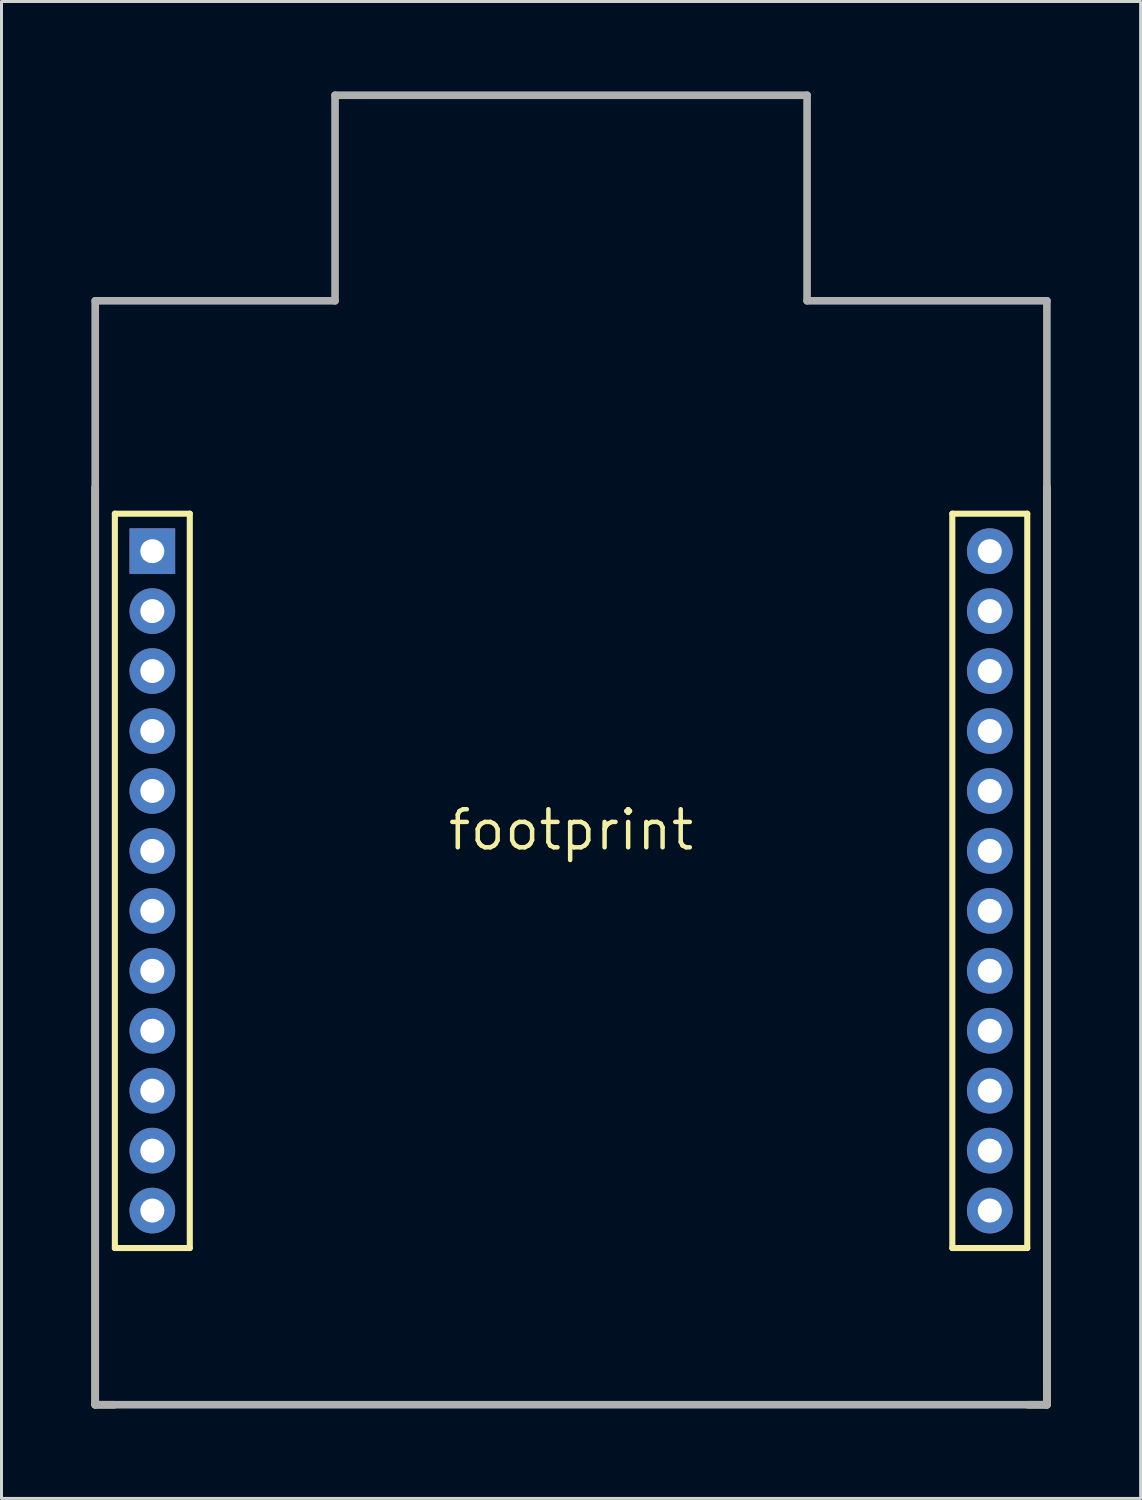
<source format=kicad_pcb>
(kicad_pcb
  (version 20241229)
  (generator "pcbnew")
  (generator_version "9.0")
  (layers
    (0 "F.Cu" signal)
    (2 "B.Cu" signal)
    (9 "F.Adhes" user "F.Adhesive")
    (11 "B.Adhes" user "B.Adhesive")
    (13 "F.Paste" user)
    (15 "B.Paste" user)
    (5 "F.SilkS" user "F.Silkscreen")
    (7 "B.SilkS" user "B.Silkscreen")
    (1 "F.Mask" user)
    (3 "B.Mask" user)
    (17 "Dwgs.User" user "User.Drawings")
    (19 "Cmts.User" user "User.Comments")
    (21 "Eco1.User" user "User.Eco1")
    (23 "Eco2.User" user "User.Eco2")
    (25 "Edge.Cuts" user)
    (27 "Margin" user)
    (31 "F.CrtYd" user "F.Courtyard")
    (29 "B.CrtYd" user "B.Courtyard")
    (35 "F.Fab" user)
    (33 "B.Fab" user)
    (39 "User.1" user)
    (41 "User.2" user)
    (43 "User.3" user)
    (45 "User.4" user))
  (footprint "footprint"
    (layer "F.Cu")
    (at 16.002 24.638)
    (property "Reference" "footprint" (at 0 0 0) (layer "F.SilkS") (effects (font (size 1.27 1.27) (thickness 0.15))))
    (fp_line (start -15.875 19.177) (end -15.875 -11.43) (stroke (width 0.254) (type solid)) (layer "F.SilkS"))
    (fp_line (start -15.875 19.177) (end -15.24 19.177) (stroke (width 0.254) (type solid)) (layer "F.SilkS"))
    (fp_line (start -15.22 -10.55) (end -12.72 -10.55) (stroke (width 0.203) (type solid)) (layer "F.SilkS"))
    (fp_line (start -15.22 13.95) (end -15.22 -10.55) (stroke (width 0.203) (type solid)) (layer "F.SilkS"))
    (fp_line (start -15.22 13.95) (end -12.72 13.95) (stroke (width 0.203) (type solid)) (layer "F.SilkS"))
    (fp_line (start -12.72 -10.55) (end -12.72 13.95) (stroke (width 0.203) (type solid)) (layer "F.SilkS"))
    (fp_line (start 12.72 -10.55) (end 15.22 -10.55) (stroke (width 0.203) (type solid)) (layer "F.SilkS"))
    (fp_line (start 12.72 13.95) (end 12.72 -10.55) (stroke (width 0.203) (type solid)) (layer "F.SilkS"))
    (fp_line (start 12.72 13.95) (end 15.22 13.95) (stroke (width 0.203) (type solid)) (layer "F.SilkS"))
    (fp_line (start 15.22 -10.55) (end 15.22 13.95) (stroke (width 0.203) (type solid)) (layer "F.SilkS"))
    (fp_line (start 15.875 19.177) (end 15.24 19.177) (stroke (width 0.254) (type solid)) (layer "F.SilkS"))
    (fp_line (start 15.875 19.177) (end 15.875 -11.43) (stroke (width 0.254) (type solid)) (layer "F.SilkS"))
    (fp_line (start -15.875 -17.653) (end -7.874 -17.653) (stroke (width 0.254) (type solid)) (layer "F.Fab"))
    (fp_line (start -15.875 19.177) (end -15.875 -17.653) (stroke (width 0.254) (type solid)) (layer "F.Fab"))
    (fp_line (start -15.875 19.177) (end 15.875 19.177) (stroke (width 0.254) (type solid)) (layer "F.Fab"))
    (fp_line (start -7.874 -24.511) (end 7.874 -24.511) (stroke (width 0.254) (type solid)) (layer "F.Fab"))
    (fp_line (start -7.874 -17.653) (end -7.874 -24.511) (stroke (width 0.254) (type solid)) (layer "F.Fab"))
    (fp_line (start 7.874 -17.653) (end 7.874 -24.511) (stroke (width 0.254) (type solid)) (layer "F.Fab"))
    (fp_line (start 7.874 -17.653) (end 15.875 -17.653) (stroke (width 0.254) (type solid)) (layer "F.Fab"))
    (fp_line (start 15.875 19.177) (end 15.875 -17.653) (stroke (width 0.254) (type solid)) (layer "F.Fab"))
    (fp_poly (pts (xy -13.716 -9.046) (xy -13.716 -9.554) (xy -14.224 -9.554) (xy -14.224 -9.046)) (stroke (width 0.1) (type solid)) (fill no) (layer "F.Fab"))
    (fp_poly (pts (xy -13.716 -7.046) (xy -13.716 -7.554) (xy -14.224 -7.554) (xy -14.224 -7.046)) (stroke (width 0.1) (type solid)) (fill no) (layer "F.Fab"))
    (fp_poly (pts (xy -13.716 -5.046) (xy -13.716 -5.554) (xy -14.224 -5.554) (xy -14.224 -5.046)) (stroke (width 0.1) (type solid)) (fill no) (layer "F.Fab"))
    (fp_poly (pts (xy -13.716 -3.046) (xy -13.716 -3.554) (xy -14.224 -3.554) (xy -14.224 -3.046)) (stroke (width 0.1) (type solid)) (fill no) (layer "F.Fab"))
    (fp_poly (pts (xy -13.716 -1.046) (xy -13.716 -1.554) (xy -14.224 -1.554) (xy -14.224 -1.046)) (stroke (width 0.1) (type solid)) (fill no) (layer "F.Fab"))
    (fp_poly (pts (xy -13.716 0.954) (xy -13.716 0.446) (xy -14.224 0.446) (xy -14.224 0.954)) (stroke (width 0.1) (type solid)) (fill no) (layer "F.Fab"))
    (fp_poly (pts (xy -13.716 2.954) (xy -13.716 2.446) (xy -14.224 2.446) (xy -14.224 2.954)) (stroke (width 0.1) (type solid)) (fill no) (layer "F.Fab"))
    (fp_poly (pts (xy -13.716 4.954) (xy -13.716 4.446) (xy -14.224 4.446) (xy -14.224 4.954)) (stroke (width 0.1) (type solid)) (fill no) (layer "F.Fab"))
    (fp_poly (pts (xy -13.716 6.954) (xy -13.716 6.446) (xy -14.224 6.446) (xy -14.224 6.954)) (stroke (width 0.1) (type solid)) (fill no) (layer "F.Fab"))
    (fp_poly (pts (xy -13.716 8.954) (xy -13.716 8.446) (xy -14.224 8.446) (xy -14.224 8.954)) (stroke (width 0.1) (type solid)) (fill no) (layer "F.Fab"))
    (fp_poly (pts (xy -13.716 10.954) (xy -13.716 10.446) (xy -14.224 10.446) (xy -14.224 10.954)) (stroke (width 0.1) (type solid)) (fill no) (layer "F.Fab"))
    (fp_poly (pts (xy -13.716 12.954) (xy -13.716 12.446) (xy -14.224 12.446) (xy -14.224 12.954)) (stroke (width 0.1) (type solid)) (fill no) (layer "F.Fab"))
    (fp_poly (pts (xy 14.224 -9.046) (xy 14.224 -9.554) (xy 13.716 -9.554) (xy 13.716 -9.046)) (stroke (width 0.1) (type solid)) (fill no) (layer "F.Fab"))
    (fp_poly (pts (xy 14.224 -7.046) (xy 14.224 -7.554) (xy 13.716 -7.554) (xy 13.716 -7.046)) (stroke (width 0.1) (type solid)) (fill no) (layer "F.Fab"))
    (fp_poly (pts (xy 14.224 -5.046) (xy 14.224 -5.554) (xy 13.716 -5.554) (xy 13.716 -5.046)) (stroke (width 0.1) (type solid)) (fill no) (layer "F.Fab"))
    (fp_poly (pts (xy 14.224 -3.046) (xy 14.224 -3.554) (xy 13.716 -3.554) (xy 13.716 -3.046)) (stroke (width 0.1) (type solid)) (fill no) (layer "F.Fab"))
    (fp_poly (pts (xy 14.224 -1.046) (xy 14.224 -1.554) (xy 13.716 -1.554) (xy 13.716 -1.046)) (stroke (width 0.1) (type solid)) (fill no) (layer "F.Fab"))
    (fp_poly (pts (xy 14.224 0.954) (xy 14.224 0.446) (xy 13.716 0.446) (xy 13.716 0.954)) (stroke (width 0.1) (type solid)) (fill no) (layer "F.Fab"))
    (fp_poly (pts (xy 14.224 2.954) (xy 14.224 2.446) (xy 13.716 2.446) (xy 13.716 2.954)) (stroke (width 0.1) (type solid)) (fill no) (layer "F.Fab"))
    (fp_poly (pts (xy 14.224 4.954) (xy 14.224 4.446) (xy 13.716 4.446) (xy 13.716 4.954)) (stroke (width 0.1) (type solid)) (fill no) (layer "F.Fab"))
    (fp_poly (pts (xy 14.224 6.954) (xy 14.224 6.446) (xy 13.716 6.446) (xy 13.716 6.954)) (stroke (width 0.1) (type solid)) (fill no) (layer "F.Fab"))
    (fp_poly (pts (xy 14.224 8.954) (xy 14.224 8.446) (xy 13.716 8.446) (xy 13.716 8.954)) (stroke (width 0.1) (type solid)) (fill no) (layer "F.Fab"))
    (fp_poly (pts (xy 14.224 10.954) (xy 14.224 10.446) (xy 13.716 10.446) (xy 13.716 10.954)) (stroke (width 0.1) (type solid)) (fill no) (layer "F.Fab"))
    (fp_poly (pts (xy 14.224 12.954) (xy 14.224 12.446) (xy 13.716 12.446) (xy 13.716 12.954)) (stroke (width 0.1) (type solid)) (fill no) (layer "F.Fab"))
    (pad "P1" thru_hole rect (at -13.97 -9.3 180) (size 1.524 1.524) (drill 0.8) (layers "*.Cu" "*.Mask"))
    (pad "P2" thru_hole circle (at 13.97 -9.3 180) (size 1.524 1.524) (drill 0.8) (layers "*.Cu" "*.Mask"))
    (pad "P3" thru_hole circle (at -13.97 -7.3 180) (size 1.524 1.524) (drill 0.8) (layers "*.Cu" "*.Mask"))
    (pad "P4" thru_hole circle (at 13.97 -7.3 180) (size 1.524 1.524) (drill 0.8) (layers "*.Cu" "*.Mask"))
    (pad "P5" thru_hole circle (at -13.97 -5.3 180) (size 1.524 1.524) (drill 0.8) (layers "*.Cu" "*.Mask"))
    (pad "P6" thru_hole circle (at 13.97 -5.3 180) (size 1.524 1.524) (drill 0.8) (layers "*.Cu" "*.Mask"))
    (pad "P7" thru_hole circle (at -13.97 -3.3 180) (size 1.524 1.524) (drill 0.8) (layers "*.Cu" "*.Mask"))
    (pad "P8" thru_hole circle (at 13.97 -3.3 180) (size 1.524 1.524) (drill 0.8) (layers "*.Cu" "*.Mask"))
    (pad "P9" thru_hole circle (at -13.97 -1.3 180) (size 1.524 1.524) (drill 0.8) (layers "*.Cu" "*.Mask"))
    (pad "P10" thru_hole circle (at 13.97 -1.3 180) (size 1.524 1.524) (drill 0.8) (layers "*.Cu" "*.Mask"))
    (pad "P11" thru_hole circle (at -13.97 0.7 180) (size 1.524 1.524) (drill 0.8) (layers "*.Cu" "*.Mask"))
    (pad "P12" thru_hole circle (at 13.97 0.7 180) (size 1.524 1.524) (drill 0.8) (layers "*.Cu" "*.Mask"))
    (pad "P13" thru_hole circle (at -13.97 2.7 180) (size 1.524 1.524) (drill 0.8) (layers "*.Cu" "*.Mask"))
    (pad "P14" thru_hole circle (at 13.97 2.7 180) (size 1.524 1.524) (drill 0.8) (layers "*.Cu" "*.Mask"))
    (pad "P15" thru_hole circle (at -13.97 4.7 180) (size 1.524 1.524) (drill 0.8) (layers "*.Cu" "*.Mask"))
    (pad "P16" thru_hole circle (at 13.97 4.7 180) (size 1.524 1.524) (drill 0.8) (layers "*.Cu" "*.Mask"))
    (pad "P17" thru_hole circle (at -13.97 6.7 180) (size 1.524 1.524) (drill 0.8) (layers "*.Cu" "*.Mask"))
    (pad "P18" thru_hole circle (at 13.97 6.7 180) (size 1.524 1.524) (drill 0.8) (layers "*.Cu" "*.Mask"))
    (pad "P19" thru_hole circle (at -13.97 8.7 180) (size 1.524 1.524) (drill 0.8) (layers "*.Cu" "*.Mask"))
    (pad "P20" thru_hole circle (at 13.97 8.7 180) (size 1.524 1.524) (drill 0.8) (layers "*.Cu" "*.Mask"))
    (pad "P21" thru_hole circle (at -13.97 10.7 180) (size 1.524 1.524) (drill 0.8) (layers "*.Cu" "*.Mask"))
    (pad "P22" thru_hole circle (at 13.97 10.7 180) (size 1.524 1.524) (drill 0.8) (layers "*.Cu" "*.Mask"))
    (pad "P23" thru_hole circle (at -13.97 12.7 180) (size 1.524 1.524) (drill 0.8) (layers "*.Cu" "*.Mask"))
    (pad "P24" thru_hole circle (at 13.97 12.7 180) (size 1.524 1.524) (drill 0.8) (layers "*.Cu" "*.Mask")))
  (gr_rect
    (start -3 -3)
    (end 35.004 46.942)
    (stroke (width 0.1) (type default))
    (fill no)
    (layer "Edge.Cuts")))
</source>
